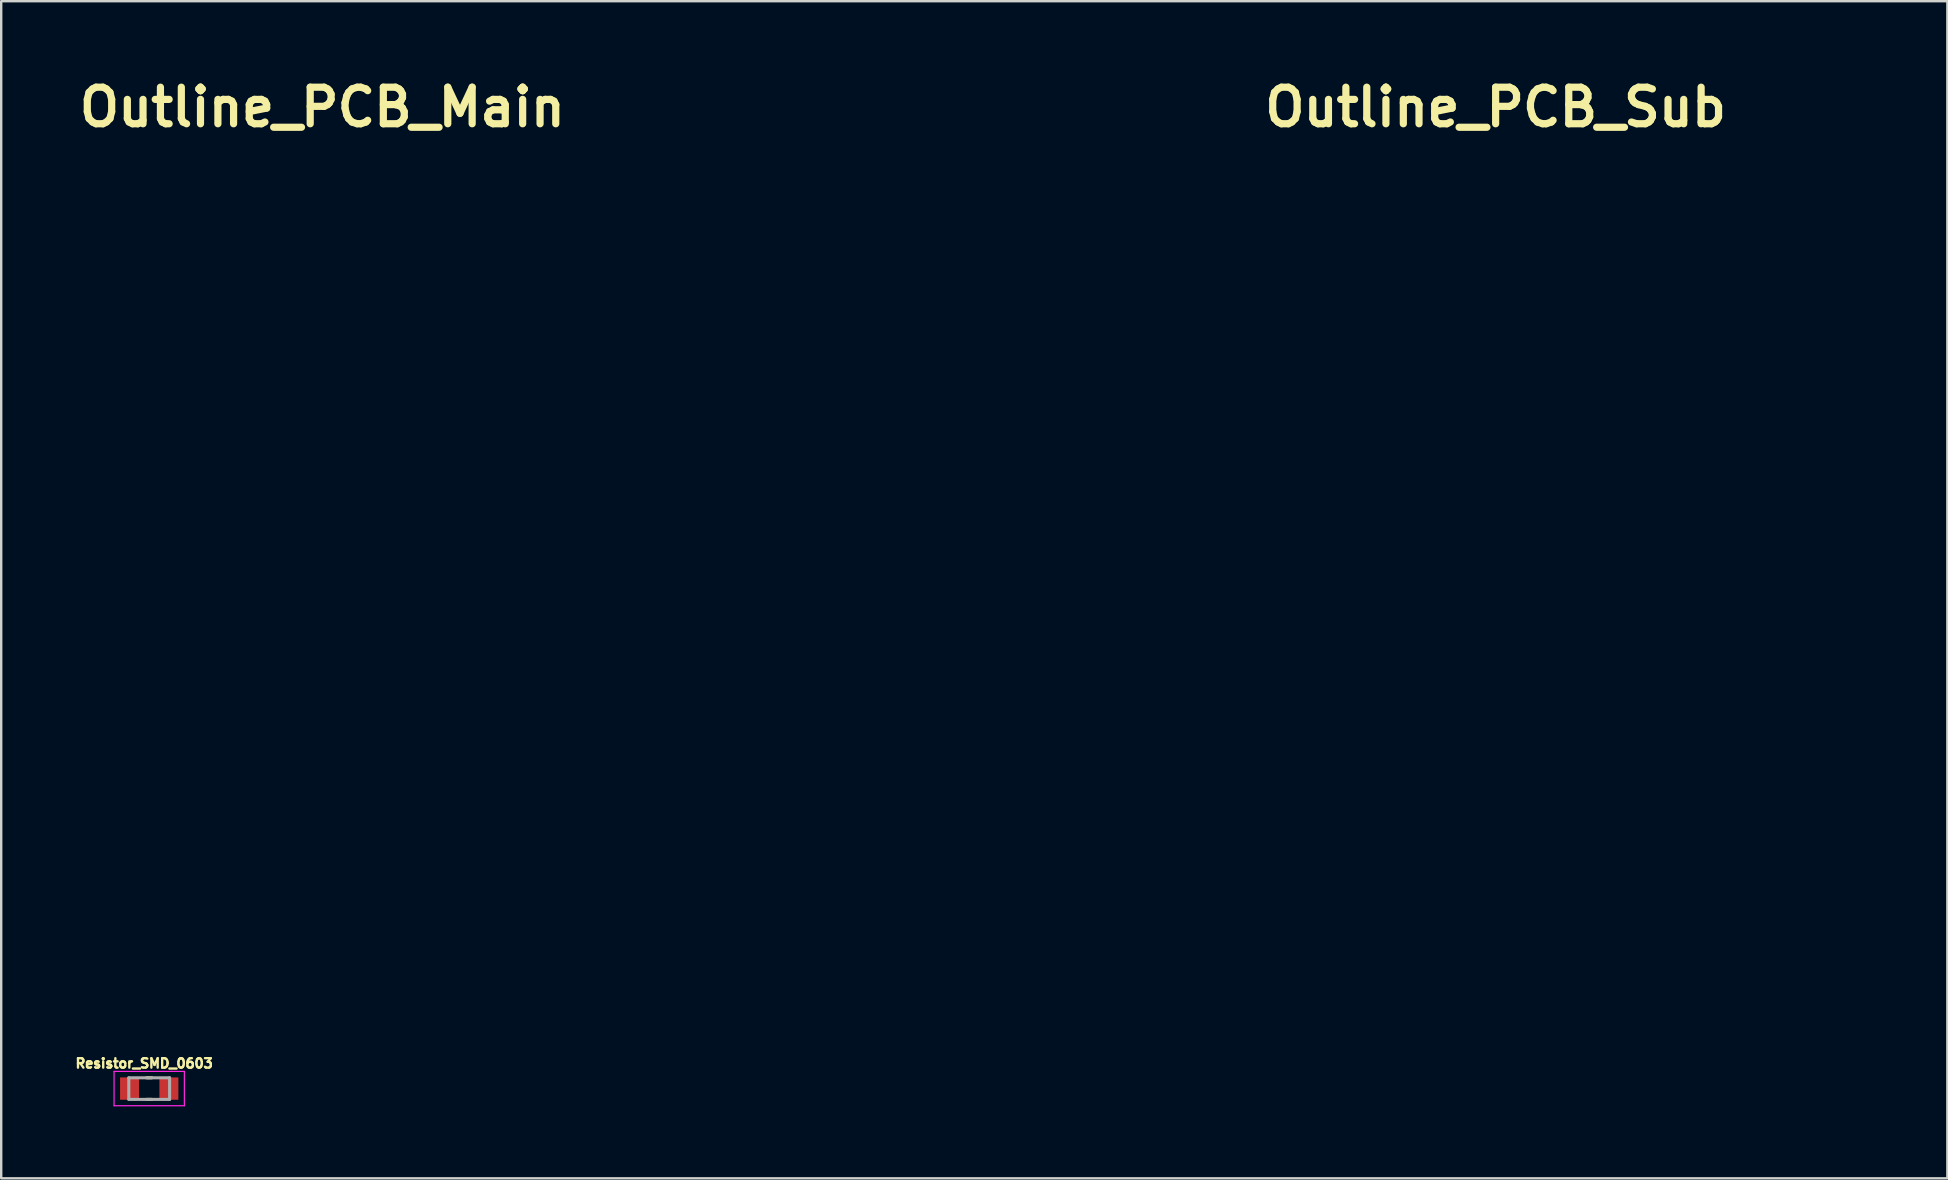
<source format=kicad_pcb>
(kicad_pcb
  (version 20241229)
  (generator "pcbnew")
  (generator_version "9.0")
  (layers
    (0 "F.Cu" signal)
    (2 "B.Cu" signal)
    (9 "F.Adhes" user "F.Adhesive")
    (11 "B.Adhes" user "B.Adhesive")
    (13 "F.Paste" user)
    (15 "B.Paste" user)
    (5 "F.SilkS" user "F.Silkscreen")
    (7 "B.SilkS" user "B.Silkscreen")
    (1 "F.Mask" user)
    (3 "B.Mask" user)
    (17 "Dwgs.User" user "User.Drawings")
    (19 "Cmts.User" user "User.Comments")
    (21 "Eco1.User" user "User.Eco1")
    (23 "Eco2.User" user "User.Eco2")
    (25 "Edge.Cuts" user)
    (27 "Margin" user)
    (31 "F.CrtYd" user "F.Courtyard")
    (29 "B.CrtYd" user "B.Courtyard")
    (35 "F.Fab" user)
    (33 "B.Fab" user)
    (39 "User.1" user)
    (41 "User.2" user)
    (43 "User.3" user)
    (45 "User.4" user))
  (footprint "Outline_PCB_Sub"
    (layer "F.Cu")
    (at 65.119 13.356)
    (property "Reference" "Outline_PCB_Sub" (at -5.842 -11.938 0) (layer "F.SilkS") (effects (font (size 1.524 1.524) (thickness 0.3))))
    (attr through_hole)
    (fp_poly (pts (xy 9.979 3.729) (xy 5.242 3.729) (xy 5.235 2.161) (xy 5.229 0.592) (xy -5.178 0.592) (xy -5.185 2.161) (xy -5.191 3.729) (xy -9.953 3.729) (xy -9.953 -3.729) (xy 9.979 -3.729) (xy 9.979 3.729)) (stroke (width 0.01) (type solid)) (fill no) (layer "Eco1.User")))
  (footprint "Outline_PCB_Main"
    (layer "F.Cu")
    (at 26.387 23.77)
    (property "Reference" "Outline_PCB_Main" (at -16.002 -22.352 0) (layer "F.SilkS") (effects (font (size 1.524 1.524) (thickness 0.3))))
    (attr through_hole)
    (fp_poly (pts (xy 0.194 -1.874) (xy 0.349 -1.869) (xy 0.479 -1.857) (xy 0.594 -1.837) (xy 0.708 -1.806) (xy 0.832 -1.763) (xy 0.945 -1.719) (xy 1.205 -1.593) (xy 1.462 -1.426) (xy 1.705 -1.228) (xy 1.922 -1.009) (xy 2.102 -0.777) (xy 2.104 -0.772) (xy 2.274 -0.473) (xy 2.399 -0.156) (xy 2.479 0.173) (xy 2.515 0.51) (xy 2.506 0.848) (xy 2.453 1.183) (xy 2.356 1.509) (xy 2.214 1.82) (xy 2.053 2.079) (xy 1.971 2.183) (xy 1.861 2.304) (xy 1.737 2.431) (xy 1.609 2.551) (xy 1.489 2.654) (xy 1.403 2.719) (xy 1.209 2.834) (xy 0.986 2.938) (xy 0.75 3.024) (xy 0.52 3.086) (xy 0.357 3.114) (xy 0.277 3.123) (xy 0.22 3.131) (xy 0.202 3.134) (xy 0.173 3.135) (xy 0.104 3.133) (xy 0.003 3.129) (xy -0.12 3.124) (xy -0.164 3.121) (xy -0.318 3.113) (xy -0.438 3.102) (xy -0.538 3.086) (xy -0.633 3.062) (xy -0.739 3.029) (xy -0.756 3.023) (xy -1.1 2.883) (xy -1.408 2.709) (xy -1.681 2.498) (xy -1.92 2.251) (xy -2.096 2.016) (xy -2.243 1.772) (xy -2.352 1.534) (xy -2.433 1.283) (xy -2.484 1.046) (xy -2.52 0.704) (xy -2.515 0.555) (xy -1.532 0.555) (xy -1.517 0.797) (xy -1.458 1.048) (xy -1.356 1.301) (xy -1.346 1.32) (xy -1.278 1.447) (xy -1.21 1.548) (xy -1.13 1.64) (xy -1.026 1.739) (xy -0.977 1.781) (xy -0.772 1.927) (xy -0.542 2.038) (xy -0.298 2.11) (xy -0.049 2.142) (xy 0.197 2.131) (xy 0.394 2.089) (xy 0.668 1.981) (xy 0.906 1.837) (xy 1.109 1.658) (xy 1.276 1.443) (xy 1.407 1.192) (xy 1.485 0.97) (xy 1.506 0.862) (xy 1.517 0.724) (xy 1.519 0.573) (xy 1.511 0.43) (xy 1.505 0.381) (xy 1.466 0.213) (xy 1.398 0.032) (xy 1.309 -0.146) (xy 1.207 -0.308) (xy 1.099 -0.438) (xy 1.073 -0.463) (xy 0.933 -0.581) (xy 0.807 -0.67) (xy 0.678 -0.742) (xy 0.64 -0.76) (xy 0.51 -0.816) (xy 0.399 -0.854) (xy 0.289 -0.877) (xy 0.165 -0.888) (xy 0.01 -0.892) (xy -0.013 -0.892) (xy -0.148 -0.89) (xy -0.251 -0.882) (xy -0.339 -0.867) (xy -0.431 -0.841) (xy -0.491 -0.82) (xy -0.749 -0.704) (xy -0.975 -0.55) (xy -1.166 -0.359) (xy -1.321 -0.134) (xy -1.44 0.125) (xy -1.501 0.328) (xy -1.532 0.555) (xy -2.515 0.555) (xy -2.508 0.366) (xy -2.451 0.036) (xy -2.351 -0.281) (xy -2.211 -0.582) (xy -2.033 -0.862) (xy -1.82 -1.118) (xy -1.575 -1.345) (xy -1.3 -1.541) (xy -0.997 -1.699) (xy -0.67 -1.817) (xy -0.668 -1.818) (xy -0.588 -1.839) (xy -0.512 -1.854) (xy -0.429 -1.864) (xy -0.33 -1.871) (xy -0.203 -1.874) (xy -0.038 -1.875) (xy 0 -1.875) (xy 0.194 -1.874)) (stroke (width 0.01) (type solid)) (fill no) (layer "Eco1.User"))
    (fp_poly (pts (xy 9.979 -6.602) (xy 12.032 -6.602) (xy 16.02 -2.614) (xy 20.008 1.373) (xy 20.008 14.086) (xy -20.008 14.086) (xy -20.008 12.958) (xy -16.703 12.958) (xy -16.702 13.061) (xy -16.7 13.136) (xy -16.695 13.171) (xy -16.683 13.18) (xy -16.652 13.188) (xy -16.596 13.193) (xy -16.512 13.197) (xy -16.395 13.199) (xy -16.242 13.2) (xy -16.046 13.199) (xy -15.806 13.198) (xy -14.93 13.191) (xy -14.93 12.536) (xy -16.694 12.536) (xy -16.701 12.837) (xy -16.703 12.958) (xy -20.008 12.958) (xy -20.008 10.564) (xy -18.694 10.564) (xy -18.693 10.667) (xy -18.69 10.742) (xy -18.686 10.777) (xy -18.674 10.787) (xy -18.642 10.794) (xy -18.587 10.799) (xy -18.503 10.803) (xy -18.386 10.805) (xy -18.232 10.806) (xy -18.037 10.806) (xy -17.797 10.804) (xy -16.921 10.798) (xy -16.921 10.142) (xy -18.685 10.142) (xy -18.692 10.443) (xy -18.694 10.564) (xy -20.008 10.564) (xy -20.008 9.03) (xy -9.165 9.03) (xy -9.164 9.04) (xy -9.154 9.074) (xy -9.142 9.14) (xy -9.136 9.185) (xy -9.123 9.273) (xy -9.109 9.35) (xy -9.104 9.374) (xy -9.082 9.435) (xy -9.04 9.523) (xy -8.988 9.623) (xy -8.932 9.718) (xy -8.891 9.781) (xy -8.819 9.862) (xy -8.713 9.952) (xy -8.588 10.042) (xy -8.456 10.121) (xy -8.34 10.176) (xy -8.252 10.211) (xy -8.181 10.232) (xy -8.11 10.244) (xy -8.024 10.248) (xy -7.907 10.247) (xy -7.875 10.246) (xy -7.727 10.24) (xy -7.622 10.228) (xy -7.549 10.21) (xy -7.522 10.197) (xy -7.459 10.168) (xy -7.41 10.155) (xy -7.408 10.155) (xy -7.364 10.142) (xy -7.3 10.111) (xy -7.282 10.101) (xy -7.078 9.95) (xy -6.911 9.771) (xy -6.783 9.571) (xy -6.696 9.353) (xy -6.651 9.125) (xy -6.65 8.892) (xy -6.695 8.659) (xy -6.786 8.432) (xy -6.811 8.387) (xy -6.874 8.286) (xy -6.944 8.192) (xy -7.008 8.121) (xy -7.018 8.112) (xy -7.092 8.047) (xy -7.164 7.985) (xy -7.189 7.964) (xy -7.244 7.927) (xy -7.332 7.881) (xy -7.437 7.835) (xy -7.479 7.818) (xy -7.59 7.777) (xy -7.675 7.753) (xy -7.755 7.742) (xy -7.851 7.741) (xy -7.925 7.743) (xy -8.178 7.777) (xy -8.411 7.855) (xy -8.62 7.973) (xy -8.8 8.129) (xy -8.948 8.318) (xy -9.06 8.538) (xy -9.131 8.783) (xy -9.133 8.794) (xy -9.15 8.896) (xy -9.161 8.979) (xy -9.165 9.03) (xy -20.008 9.03) (xy -20.008 6.86) (xy -16.703 6.86) (xy -16.702 6.963) (xy -16.7 7.038) (xy -16.695 7.073) (xy -16.683 7.082) (xy -16.652 7.09) (xy -16.596 7.095) (xy -16.512 7.099) (xy -16.395 7.101) (xy -16.242 7.102) (xy -16.046 7.101) (xy -15.806 7.1) (xy -14.93 7.093) (xy -14.93 6.486) (xy -0.68 6.486) (xy -0.667 6.512) (xy -0.63 6.575) (xy -0.571 6.67) (xy -0.494 6.793) (xy -0.402 6.938) (xy -0.299 7.101) (xy -0.186 7.277) (xy -0.068 7.461) (xy 0.052 7.648) (xy 0.063 7.664) (xy 0.152 7.802) (xy 0.254 7.961) (xy 0.354 8.117) (xy 0.416 8.215) (xy 0.499 8.345) (xy 0.587 8.484) (xy 0.671 8.613) (xy 0.728 8.701) (xy 0.788 8.797) (xy 0.839 8.884) (xy 0.872 8.949) (xy 0.881 8.97) (xy 0.882 8.991) (xy 0.873 9.023) (xy 0.854 9.069) (xy 0.822 9.132) (xy 0.775 9.215) (xy 0.711 9.322) (xy 0.628 9.456) (xy 0.524 9.62) (xy 0.398 9.817) (xy 0.247 10.051) (xy 0.139 10.218) (xy 0.068 10.328) (xy -0.017 10.46) (xy -0.103 10.595) (xy -0.151 10.672) (xy -0.292 10.895) (xy -0.408 11.077) (xy -0.499 11.219) (xy -0.567 11.324) (xy -0.595 11.366) (xy -0.633 11.428) (xy -0.654 11.476) (xy -0.655 11.486) (xy -0.644 11.489) (xy -0.611 11.493) (xy -0.554 11.496) (xy -0.47 11.499) (xy -0.359 11.501) (xy -0.22 11.503) (xy -0.049 11.506) (xy 0.153 11.507) (xy 0.39 11.509) (xy 0.661 11.51) (xy 0.97 11.512) (xy 1.318 11.513) (xy 1.705 11.514) (xy 2.135 11.514) (xy 2.608 11.515) (xy 3.126 11.515) (xy 3.691 11.515) (xy 4.304 11.515) (xy 4.517 11.515) (xy 5.024 11.515) (xy 5.518 11.515) (xy 5.996 11.514) (xy 6.456 11.514) (xy 6.896 11.513) (xy 7.312 11.512) (xy 7.704 11.511) (xy 8.068 11.51) (xy 8.402 11.509) (xy 8.704 11.507) (xy 8.972 11.506) (xy 9.202 11.504) (xy 9.393 11.503) (xy 9.542 11.501) (xy 9.647 11.499) (xy 9.705 11.498) (xy 9.717 11.496) (xy 9.732 11.483) (xy 9.753 11.455) (xy 9.784 11.409) (xy 9.828 11.337) (xy 9.889 11.234) (xy 9.971 11.095) (xy 9.997 11.05) (xy 10.058 10.945) (xy 10.132 10.817) (xy 10.216 10.672) (xy 10.304 10.519) (xy 10.394 10.364) (xy 10.48 10.215) (xy 10.558 10.08) (xy 10.624 9.965) (xy 10.673 9.879) (xy 10.702 9.829) (xy 10.703 9.827) (xy 10.763 9.721) (xy 10.832 9.601) (xy 10.904 9.475) (xy 10.976 9.351) (xy 11.043 9.237) (xy 11.099 9.141) (xy 11.14 9.071) (xy 11.162 9.036) (xy 11.164 9.034) (xy 11.159 9.004) (xy 11.141 8.96) (xy 15.841 8.96) (xy 15.842 9.039) (xy 15.854 9.133) (xy 15.866 9.209) (xy 15.888 9.319) (xy 15.914 9.415) (xy 15.94 9.484) (xy 15.949 9.499) (xy 15.99 9.57) (xy 16.025 9.645) (xy 16.087 9.751) (xy 16.187 9.863) (xy 16.314 9.974) (xy 16.458 10.073) (xy 16.608 10.153) (xy 16.672 10.179) (xy 16.913 10.242) (xy 17.154 10.256) (xy 17.392 10.22) (xy 17.489 10.191) (xy 17.605 10.149) (xy 17.689 10.115) (xy 17.755 10.079) (xy 17.82 10.032) (xy 17.898 9.967) (xy 17.932 9.938) (xy 18.103 9.757) (xy 18.23 9.55) (xy 18.314 9.32) (xy 18.34 9.184) (xy 18.356 9.038) (xy 18.358 8.928) (xy 18.346 8.844) (xy 18.33 8.758) (xy 18.321 8.682) (xy 18.32 8.665) (xy 18.307 8.611) (xy 18.273 8.532) (xy 18.225 8.442) (xy 18.218 8.432) (xy 18.17 8.35) (xy 18.135 8.285) (xy 18.118 8.249) (xy 18.118 8.246) (xy 18.1 8.221) (xy 18.053 8.174) (xy 17.985 8.111) (xy 17.907 8.041) (xy 17.828 7.974) (xy 17.779 7.935) (xy 17.732 7.908) (xy 17.652 7.871) (xy 17.553 7.831) (xy 17.511 7.815) (xy 17.319 7.757) (xy 17.143 7.733) (xy 16.969 7.744) (xy 16.781 7.79) (xy 16.684 7.824) (xy 16.449 7.936) (xy 16.25 8.082) (xy 16.089 8.261) (xy 15.967 8.471) (xy 15.884 8.713) (xy 15.873 8.766) (xy 15.851 8.876) (xy 15.841 8.96) (xy 11.141 8.96) (xy 11.132 8.94) (xy 11.087 8.849) (xy 11.028 8.742) (xy 11.007 8.706) (xy 10.935 8.581) (xy 10.864 8.458) (xy 10.803 8.35) (xy 10.759 8.271) (xy 10.755 8.265) (xy 10.712 8.188) (xy 10.677 8.128) (xy 10.66 8.101) (xy 10.65 8.087) (xy 10.635 8.063) (xy 10.612 8.023) (xy 10.576 7.961) (xy 10.525 7.87) (xy 10.455 7.745) (xy 10.408 7.66) (xy 10.348 7.556) (xy 10.277 7.434) (xy 10.208 7.318) (xy 10.201 7.307) (xy 10.138 7.202) (xy 10.075 7.094) (xy 10.025 7.005) (xy 10.017 6.992) (xy 9.971 6.908) (xy 9.911 6.801) (xy 9.85 6.693) (xy 9.841 6.678) (xy 9.734 6.489) (xy 4.527 6.482) (xy 4.019 6.482) (xy 3.524 6.481) (xy 3.045 6.481) (xy 2.584 6.481) (xy 2.144 6.48) (xy 1.727 6.48) (xy 1.335 6.48) (xy 0.97 6.481) (xy 0.636 6.481) (xy 0.334 6.481) (xy 0.067 6.482) (xy -0.164 6.482) (xy -0.355 6.483) (xy -0.504 6.484) (xy -0.609 6.484) (xy -0.668 6.485) (xy -0.68 6.486) (xy -14.93 6.486) (xy -14.93 6.438) (xy -16.694 6.438) (xy -16.701 6.739) (xy -16.703 6.86) (xy -20.008 6.86) (xy -20.008 5.045) (xy -18.694 5.045) (xy -18.693 5.149) (xy -18.69 5.224) (xy -18.686 5.259) (xy -18.674 5.268) (xy -18.642 5.275) (xy -18.587 5.281) (xy -18.503 5.284) (xy -18.386 5.287) (xy -18.232 5.288) (xy -18.037 5.287) (xy -17.797 5.286) (xy -16.921 5.279) (xy -16.921 4.624) (xy -18.685 4.624) (xy -18.692 4.925) (xy -18.694 5.045) (xy -20.008 5.045) (xy -20.008 3.118) (xy -8.261 3.118) (xy -8.26 3.304) (xy -8.259 3.459) (xy -8.258 3.58) (xy -8.256 3.661) (xy -8.254 3.697) (xy -8.254 3.698) (xy -8.233 3.711) (xy -8.181 3.721) (xy -8.091 3.726) (xy -7.959 3.729) (xy -7.875 3.729) (xy -7.509 3.729) (xy -7.515 2.463) (xy -7.521 1.257) (xy -5.212 1.257) (xy -5.212 1.763) (xy -5.211 2.245) (xy -5.211 2.7) (xy -5.211 3.127) (xy -5.211 3.523) (xy -5.21 3.886) (xy -5.21 4.215) (xy -5.209 4.507) (xy -5.209 4.761) (xy -5.208 4.975) (xy -5.207 5.146) (xy -5.206 5.273) (xy -5.205 5.353) (xy -5.204 5.386) (xy -5.204 5.386) (xy -5.194 5.39) (xy -5.165 5.393) (xy -5.115 5.397) (xy -5.043 5.399) (xy -4.948 5.402) (xy -4.826 5.404) (xy -4.677 5.406) (xy -4.498 5.408) (xy -4.289 5.409) (xy -4.047 5.411) (xy -3.77 5.412) (xy -3.458 5.412) (xy -3.107 5.413) (xy -2.717 5.413) (xy -2.285 5.413) (xy -1.811 5.413) (xy -1.291 5.413) (xy -0.725 5.412) (xy -0.11 5.412) (xy 0.006 5.411) (xy 5.203 5.405) (xy 5.203 3.118) (xy 5.246 3.118) (xy 5.246 3.304) (xy 5.247 3.459) (xy 5.249 3.58) (xy 5.25 3.661) (xy 5.253 3.697) (xy 5.253 3.698) (xy 5.273 3.711) (xy 5.325 3.721) (xy 5.415 3.726) (xy 5.547 3.729) (xy 5.631 3.729) (xy 5.998 3.729) (xy 5.993 2.908) (xy 12.553 2.908) (xy 12.553 3.118) (xy 12.554 3.304) (xy 12.555 3.46) (xy 12.556 3.58) (xy 12.558 3.661) (xy 12.56 3.698) (xy 12.561 3.699) (xy 12.578 3.712) (xy 12.624 3.72) (xy 12.703 3.725) (xy 12.823 3.725) (xy 12.933 3.724) (xy 13.292 3.717) (xy 13.292 1.197) (xy 12.561 1.197) (xy 12.555 2.432) (xy 12.554 2.677) (xy 12.553 2.908) (xy 5.993 2.908) (xy 5.991 2.463) (xy 5.985 1.197) (xy 5.254 1.197) (xy 5.247 2.432) (xy 5.246 2.677) (xy 5.246 2.907) (xy 5.246 3.118) (xy 5.203 3.118) (xy 5.203 -1.89) (xy 5.246 -1.89) (xy 5.246 -1.678) (xy 5.246 -1.491) (xy 5.247 -1.334) (xy 5.249 -1.212) (xy 5.25 -1.129) (xy 5.253 -1.091) (xy 5.253 -1.089) (xy 5.271 -1.076) (xy 5.316 -1.067) (xy 5.396 -1.063) (xy 5.515 -1.062) (xy 5.625 -1.064) (xy 5.985 -1.071) (xy 5.985 -1.89) (xy 12.553 -1.89) (xy 12.553 -1.678) (xy 12.554 -1.491) (xy 12.555 -1.334) (xy 12.556 -1.212) (xy 12.558 -1.129) (xy 12.56 -1.091) (xy 12.561 -1.089) (xy 12.578 -1.076) (xy 12.624 -1.067) (xy 12.703 -1.063) (xy 12.823 -1.062) (xy 12.933 -1.064) (xy 13.292 -1.071) (xy 13.292 -3.616) (xy 12.561 -3.616) (xy 12.555 -2.369) (xy 12.554 -2.122) (xy 12.553 -1.89) (xy 5.985 -1.89) (xy 5.985 -3.616) (xy 5.254 -3.616) (xy 5.247 -2.369) (xy 5.246 -2.122) (xy 5.246 -1.89) (xy 5.203 -1.89) (xy 5.203 -9.739) (xy -5.203 -9.739) (xy -5.21 -2.192) (xy -5.21 -1.579) (xy -5.211 -0.978) (xy -5.211 -0.392) (xy -5.211 0.177) (xy -5.211 0.727) (xy -5.212 1.257) (xy -7.521 1.257) (xy -7.522 1.197) (xy -8.252 1.197) (xy -8.259 2.432) (xy -8.26 2.677) (xy -8.261 2.907) (xy -8.261 3.118) (xy -20.008 3.118) (xy -20.008 1.373) (xy -19.985 1.351) (xy -16.703 1.351) (xy -16.702 1.452) (xy -16.7 1.524) (xy -16.695 1.555) (xy -16.683 1.564) (xy -16.652 1.571) (xy -16.597 1.577) (xy -16.513 1.58) (xy -16.397 1.583) (xy -16.244 1.583) (xy -16.049 1.583) (xy -15.808 1.582) (xy -15.806 1.582) (xy -14.93 1.575) (xy -14.93 0.945) (xy -16.694 0.945) (xy -16.701 1.233) (xy -16.703 1.351) (xy -19.985 1.351) (xy -16.744 -1.89) (xy -8.261 -1.89) (xy -8.261 -1.678) (xy -8.26 -1.491) (xy -8.259 -1.334) (xy -8.258 -1.212) (xy -8.256 -1.129) (xy -8.254 -1.091) (xy -8.253 -1.089) (xy -8.235 -1.076) (xy -8.19 -1.067) (xy -8.111 -1.063) (xy -7.991 -1.062) (xy -7.881 -1.064) (xy -7.522 -1.071) (xy -7.522 -3.616) (xy -8.252 -3.616) (xy -8.259 -2.369) (xy -8.26 -2.122) (xy -8.261 -1.89) (xy -16.744 -1.89) (xy -16.02 -2.614) (xy -12.032 -6.602) (xy -9.979 -6.602) (xy -9.979 -14.061) (xy 9.979 -14.061) (xy 9.979 -6.602)) (stroke (width 0.01) (type solid)) (fill no) (layer "Eco1.User")))
  (footprint "Resistor_SMD_0603"
    (layer "F.Cu")
    (at 3.168 42.314)
    (property "Reference" "Resistor_SMD_0603" (at -0.21 -1.05 0) (layer "F.SilkS") (effects (font (size 0.394 0.394) (thickness 0.15))))
    (attr through_hole)
    (fp_line (start -0.11 -0.45) (end 0.11 -0.45) (stroke (width 0.127) (type solid)) (layer "F.SilkS"))
    (fp_line (start -0.11 0.45) (end 0.11 0.45) (stroke (width 0.127) (type solid)) (layer "F.SilkS"))
    (fp_line (start -1.465 -0.715) (end 1.465 -0.715) (stroke (width 0.05) (type solid)) (layer "F.CrtYd"))
    (fp_line (start -1.465 0.715) (end -1.465 -0.715) (stroke (width 0.05) (type solid)) (layer "F.CrtYd"))
    (fp_line (start -1.465 0.715) (end 1.465 0.715) (stroke (width 0.05) (type solid)) (layer "F.CrtYd"))
    (fp_line (start 1.465 0.715) (end 1.465 -0.715) (stroke (width 0.05) (type solid)) (layer "F.CrtYd"))
    (fp_line (start -0.85 0.45) (end -0.85 -0.45) (stroke (width 0.127) (type solid)) (layer "F.Fab"))
    (fp_line (start 0.85 -0.45) (end -0.85 -0.45) (stroke (width 0.127) (type solid)) (layer "F.Fab"))
    (fp_line (start 0.85 0.45) (end -0.85 0.45) (stroke (width 0.127) (type solid)) (layer "F.Fab"))
    (fp_line (start 0.85 0.45) (end 0.85 -0.45) (stroke (width 0.127) (type solid)) (layer "F.Fab"))
    (pad "1" smd rect (at -0.82 0) (size 0.79 0.93) (layers "F.Cu" "F.Mask" "F.Paste"))
    (pad "2" smd rect (at 0.82 0) (size 0.79 0.93) (layers "F.Cu" "F.Mask" "F.Paste")))
  (gr_rect
    (start -3 -3)
    (end 78.102 46.054)
    (stroke (width 0.1) (type default))
    (fill no)
    (layer "Edge.Cuts")))
</source>
